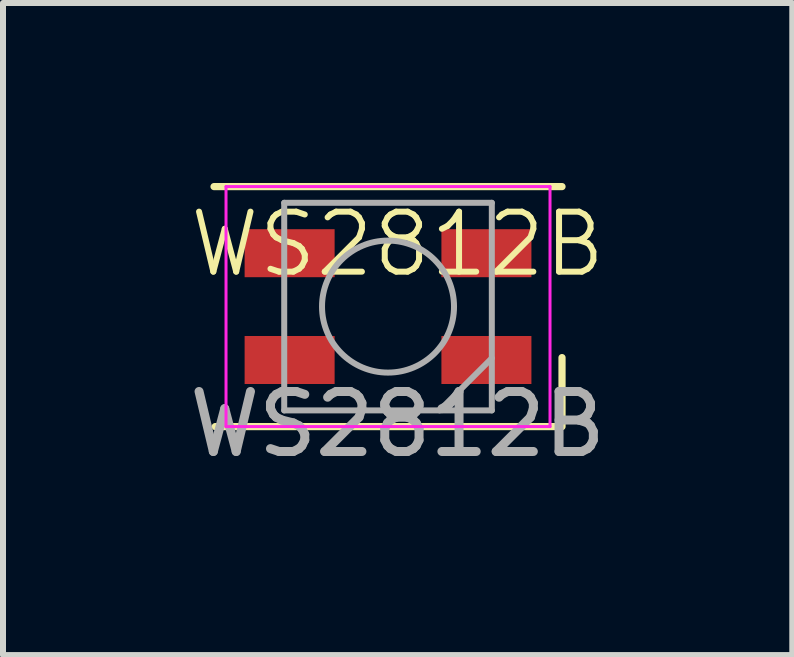
<source format=kicad_pcb>
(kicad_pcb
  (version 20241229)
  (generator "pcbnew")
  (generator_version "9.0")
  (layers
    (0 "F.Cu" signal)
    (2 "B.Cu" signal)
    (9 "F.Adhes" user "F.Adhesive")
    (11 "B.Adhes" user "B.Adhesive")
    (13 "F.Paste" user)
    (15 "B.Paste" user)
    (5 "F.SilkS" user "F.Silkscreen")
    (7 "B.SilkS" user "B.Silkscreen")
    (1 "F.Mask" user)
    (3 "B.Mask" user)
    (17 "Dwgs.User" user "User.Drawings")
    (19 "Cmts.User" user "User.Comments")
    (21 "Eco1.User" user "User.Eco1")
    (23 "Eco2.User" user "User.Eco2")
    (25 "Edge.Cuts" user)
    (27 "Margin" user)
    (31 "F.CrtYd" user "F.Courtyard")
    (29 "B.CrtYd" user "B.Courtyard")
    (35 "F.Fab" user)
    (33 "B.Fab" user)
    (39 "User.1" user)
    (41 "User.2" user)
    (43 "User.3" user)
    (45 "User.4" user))
  (footprint "WS2812B"
    (layer "F.Cu")
    (at 3.577 1.52)
    (property "Reference" "WS2812B" (at 0 -0.5 0) (unlocked yes) (layer "F.SilkS") (effects (font (size 1 1) (thickness 0.1))))
    (attr smd)
    (fp_line (start -3.06 -1.46) (end 2.74 -1.46) (stroke (width 0.12) (type solid)) (layer "F.SilkS"))
    (fp_line (start -3.04 2.54) (end 2.72 2.54) (stroke (width 0.12) (type solid)) (layer "F.SilkS"))
    (fp_line (start 2.74 2.54) (end 2.74 1.39) (stroke (width 0.12) (type solid)) (layer "F.SilkS"))
    (fp_line (start -2.86 -1.46) (end -2.86 2.54) (stroke (width 0.05) (type solid)) (layer "F.CrtYd"))
    (fp_line (start -2.86 2.54) (end 2.54 2.54) (stroke (width 0.05) (type solid)) (layer "F.CrtYd"))
    (fp_line (start 2.54 -1.46) (end -2.86 -1.46) (stroke (width 0.05) (type solid)) (layer "F.CrtYd"))
    (fp_line (start 2.54 2.54) (end 2.54 -1.46) (stroke (width 0.05) (type solid)) (layer "F.CrtYd"))
    (fp_line (start -1.89 -1.19) (end -1.89 2.27) (stroke (width 0.1) (type solid)) (layer "F.Fab"))
    (fp_line (start -1.89 2.27) (end 1.57 2.27) (stroke (width 0.1) (type solid)) (layer "F.Fab"))
    (fp_line (start 1.57 -1.19) (end -1.89 -1.19) (stroke (width 0.1) (type solid)) (layer "F.Fab"))
    (fp_line (start 1.57 1.4) (end 0.7 2.27) (stroke (width 0.1) (type solid)) (layer "F.Fab"))
    (fp_line (start 1.57 2.27) (end 1.57 -1.19) (stroke (width 0.1) (type solid)) (layer "F.Fab"))
    (fp_circle (center -0.16 0.54) (end 0.94 0.54) (stroke (width 0.1) (type solid)) (fill no) (layer "F.Fab"))
    (fp_text user "${REFERENCE}" (at 0 2.5 0) (unlocked yes) (layer "F.Fab") (effects (font (size 1 1) (thickness 0.15))))
    (pad "1" smd rect (at -1.8 -0.35) (size 1.5 0.8) (layers "F.Cu" "F.Mask" "F.Paste"))
    (pad "2" smd rect (at -1.8 1.43) (size 1.5 0.8) (layers "F.Cu" "F.Mask" "F.Paste"))
    (pad "3" smd rect (at 1.48 1.43) (size 1.5 0.8) (layers "F.Cu" "F.Mask" "F.Paste"))
    (pad "4" smd rect (at 1.48 -0.35) (size 1.5 0.8) (layers "F.Cu" "F.Mask" "F.Paste")))
  (gr_rect
    (start -3 -3)
    (end 10.155 7.868)
    (stroke (width 0.1) (type default))
    (fill no)
    (layer "Edge.Cuts")))
</source>
